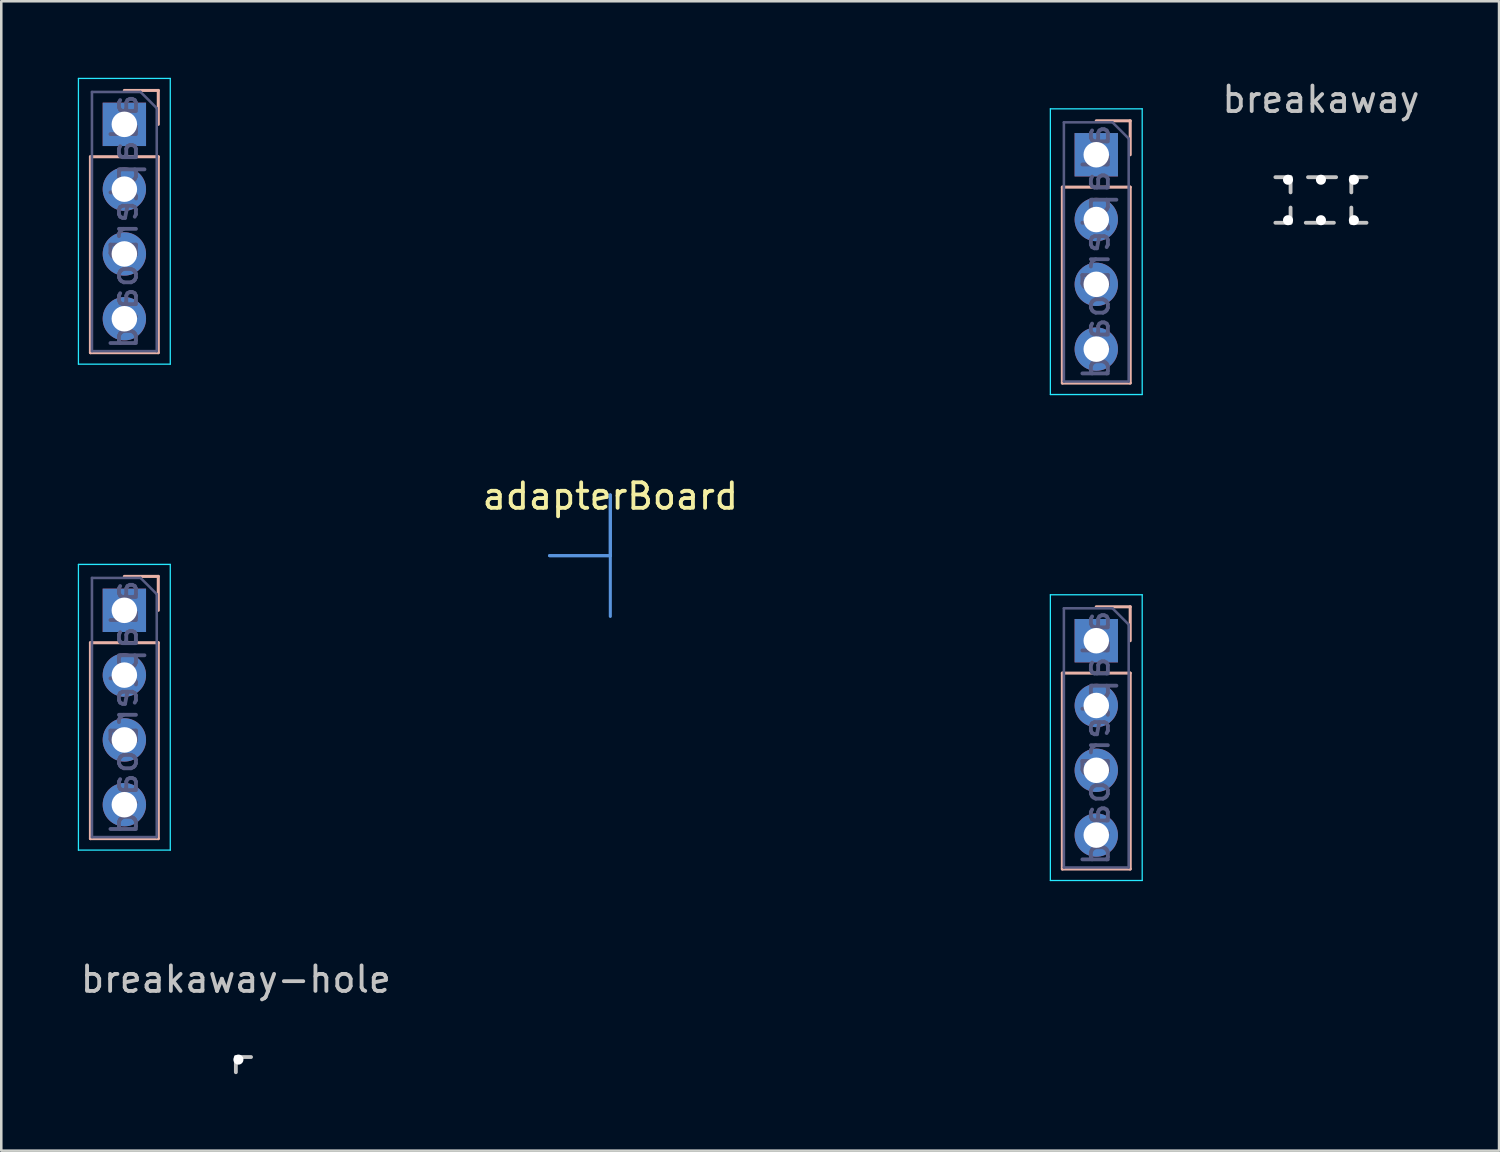
<source format=kicad_pcb>
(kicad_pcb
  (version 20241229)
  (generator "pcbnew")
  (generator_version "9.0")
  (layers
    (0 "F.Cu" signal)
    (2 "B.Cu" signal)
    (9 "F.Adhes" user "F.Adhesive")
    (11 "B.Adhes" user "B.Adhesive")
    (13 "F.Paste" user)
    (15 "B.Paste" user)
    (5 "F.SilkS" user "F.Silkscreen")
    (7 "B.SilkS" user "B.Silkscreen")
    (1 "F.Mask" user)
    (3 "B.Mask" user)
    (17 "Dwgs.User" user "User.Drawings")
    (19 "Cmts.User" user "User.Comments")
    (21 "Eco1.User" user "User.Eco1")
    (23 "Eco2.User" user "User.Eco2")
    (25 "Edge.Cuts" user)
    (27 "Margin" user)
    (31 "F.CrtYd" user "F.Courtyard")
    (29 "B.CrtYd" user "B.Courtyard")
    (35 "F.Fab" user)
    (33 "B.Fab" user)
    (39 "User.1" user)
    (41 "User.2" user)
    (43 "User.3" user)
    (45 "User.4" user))
  (footprint "breakaway"
    (layer "F.Cu")
    (at 48.732 3.896)
    (property "Reference" "breakaway" (at 0 -3.048 0) (layer "Dwgs.User") (effects (font (size 1 1) (thickness 0.15))))
    (attr through_hole)
    (fp_line (start -1.786 0) (end -1.191 0) (stroke (width 0.15) (type solid)) (layer "Dwgs.User"))
    (fp_line (start -1.191 0) (end -1.191 0.595) (stroke (width 0.15) (type solid)) (layer "Dwgs.User"))
    (fp_line (start -1.191 1.191) (end -1.191 1.786) (stroke (width 0.15) (type solid)) (layer "Dwgs.User"))
    (fp_line (start -1.191 1.786) (end -1.786 1.786) (stroke (width 0.15) (type solid)) (layer "Dwgs.User"))
    (fp_line (start -0.508 0) (end 0 0) (stroke (width 0.15) (type solid)) (layer "Dwgs.User"))
    (fp_line (start 0 0) (end 0.595 0) (stroke (width 0.15) (type solid)) (layer "Dwgs.User"))
    (fp_line (start 0 1.786) (end -0.595 1.786) (stroke (width 0.15) (type solid)) (layer "Dwgs.User"))
    (fp_line (start 0.508 1.786) (end 0 1.786) (stroke (width 0.15) (type solid)) (layer "Dwgs.User"))
    (fp_line (start 1.191 0) (end 1.786 0) (stroke (width 0.15) (type solid)) (layer "Dwgs.User"))
    (fp_line (start 1.191 0.595) (end 1.191 0) (stroke (width 0.15) (type solid)) (layer "Dwgs.User"))
    (fp_line (start 1.191 1.786) (end 1.191 1.191) (stroke (width 0.15) (type solid)) (layer "Dwgs.User"))
    (fp_line (start 1.786 1.786) (end 1.191 1.786) (stroke (width 0.15) (type solid)) (layer "Dwgs.User"))
    (pad "" np_thru_hole circle (at -1.291 0.1 270) (size 0.394 0.394) (drill 0.394) (layers "*.Cu" "*.Mask"))
    (pad "" np_thru_hole circle (at -1.291 1.686 180) (size 0.394 0.394) (drill 0.394) (layers "*.Cu" "*.Mask"))
    (pad "" np_thru_hole circle (at 0 0.1) (size 0.394 0.394) (drill 0.394) (layers "*.Cu" "*.Mask"))
    (pad "" np_thru_hole circle (at 0 1.686 180) (size 0.394 0.394) (drill 0.394) (layers "*.Cu" "*.Mask"))
    (pad "" np_thru_hole circle (at 1.291 0.1) (size 0.394 0.394) (drill 0.394) (layers "*.Cu" "*.Mask"))
    (pad "" np_thru_hole circle (at 1.291 1.686 90) (size 0.394 0.394) (drill 0.394) (layers "*.Cu" "*.Mask")))
  (footprint "adapterBoard"
    (layer "F.Cu")
    (at 20.875 18.732)
    (property "Reference" "adapterBoard" (at 0 -2.33 0) (layer "F.SilkS") (effects (font (size 1 1) (thickness 0.15))))
    (attr through_hole)
    (fp_line (start -20.38 -15.637) (end -20.38 -7.957) (stroke (width 0.12) (type solid)) (layer "B.SilkS"))
    (fp_line (start -20.38 3.413) (end -20.38 11.093) (stroke (width 0.12) (type solid)) (layer "B.SilkS"))
    (fp_line (start -17.72 -18.237) (end -19.05 -18.237) (stroke (width 0.12) (type solid)) (layer "B.SilkS"))
    (fp_line (start -17.72 -16.907) (end -17.72 -18.237) (stroke (width 0.12) (type solid)) (layer "B.SilkS"))
    (fp_line (start -17.72 -15.637) (end -20.38 -15.637) (stroke (width 0.12) (type solid)) (layer "B.SilkS"))
    (fp_line (start -17.72 -15.637) (end -17.72 -7.957) (stroke (width 0.12) (type solid)) (layer "B.SilkS"))
    (fp_line (start -17.72 -7.957) (end -20.38 -7.957) (stroke (width 0.12) (type solid)) (layer "B.SilkS"))
    (fp_line (start -17.72 0.813) (end -19.05 0.813) (stroke (width 0.12) (type solid)) (layer "B.SilkS"))
    (fp_line (start -17.72 2.143) (end -17.72 0.813) (stroke (width 0.12) (type solid)) (layer "B.SilkS"))
    (fp_line (start -17.72 3.413) (end -20.38 3.413) (stroke (width 0.12) (type solid)) (layer "B.SilkS"))
    (fp_line (start -17.72 3.413) (end -17.72 11.093) (stroke (width 0.12) (type solid)) (layer "B.SilkS"))
    (fp_line (start -17.72 11.093) (end -20.38 11.093) (stroke (width 0.12) (type solid)) (layer "B.SilkS"))
    (fp_line (start 17.72 -14.446) (end 17.72 -6.766) (stroke (width 0.12) (type solid)) (layer "B.SilkS"))
    (fp_line (start 17.72 4.604) (end 17.72 12.284) (stroke (width 0.12) (type solid)) (layer "B.SilkS"))
    (fp_line (start 20.38 -17.046) (end 19.05 -17.046) (stroke (width 0.12) (type solid)) (layer "B.SilkS"))
    (fp_line (start 20.38 -15.716) (end 20.38 -17.046) (stroke (width 0.12) (type solid)) (layer "B.SilkS"))
    (fp_line (start 20.38 -14.446) (end 17.72 -14.446) (stroke (width 0.12) (type solid)) (layer "B.SilkS"))
    (fp_line (start 20.38 -14.446) (end 20.38 -6.766) (stroke (width 0.12) (type solid)) (layer "B.SilkS"))
    (fp_line (start 20.38 -6.766) (end 17.72 -6.766) (stroke (width 0.12) (type solid)) (layer "B.SilkS"))
    (fp_line (start 20.38 2.004) (end 19.05 2.004) (stroke (width 0.12) (type solid)) (layer "B.SilkS"))
    (fp_line (start 20.38 3.334) (end 20.38 2.004) (stroke (width 0.12) (type solid)) (layer "B.SilkS"))
    (fp_line (start 20.38 4.604) (end 17.72 4.604) (stroke (width 0.12) (type solid)) (layer "B.SilkS"))
    (fp_line (start 20.38 4.604) (end 20.38 12.284) (stroke (width 0.12) (type solid)) (layer "B.SilkS"))
    (fp_line (start 20.38 12.284) (end 17.72 12.284) (stroke (width 0.12) (type solid)) (layer "B.SilkS"))
    (fp_line (start -2.381 0) (end 0 0) (stroke (width 0.12) (type solid)) (layer "Cmts.User"))
    (fp_line (start 0 -2.381) (end 0 0) (stroke (width 0.12) (type solid)) (layer "Cmts.User"))
    (fp_line (start 0 0) (end -2.381 0) (stroke (width 0.12) (type solid)) (layer "Cmts.User"))
    (fp_line (start 0 0) (end 0 -2.381) (stroke (width 0.12) (type solid)) (layer "Cmts.User"))
    (fp_line (start 0 0) (end 0 2.381) (stroke (width 0.12) (type solid)) (layer "Cmts.User"))
    (fp_line (start -20.85 -18.707) (end -17.25 -18.707) (stroke (width 0.05) (type solid)) (layer "B.CrtYd"))
    (fp_line (start -20.85 -7.507) (end -20.85 -18.707) (stroke (width 0.05) (type solid)) (layer "B.CrtYd"))
    (fp_line (start -20.85 0.343) (end -17.25 0.343) (stroke (width 0.05) (type solid)) (layer "B.CrtYd"))
    (fp_line (start -20.85 11.543) (end -20.85 0.343) (stroke (width 0.05) (type solid)) (layer "B.CrtYd"))
    (fp_line (start -17.25 -18.707) (end -17.25 -7.507) (stroke (width 0.05) (type solid)) (layer "B.CrtYd"))
    (fp_line (start -17.25 -7.507) (end -20.85 -7.507) (stroke (width 0.05) (type solid)) (layer "B.CrtYd"))
    (fp_line (start -17.25 0.343) (end -17.25 11.543) (stroke (width 0.05) (type solid)) (layer "B.CrtYd"))
    (fp_line (start -17.25 11.543) (end -20.85 11.543) (stroke (width 0.05) (type solid)) (layer "B.CrtYd"))
    (fp_line (start 17.25 -17.516) (end 20.85 -17.516) (stroke (width 0.05) (type solid)) (layer "B.CrtYd"))
    (fp_line (start 17.25 -6.316) (end 17.25 -17.516) (stroke (width 0.05) (type solid)) (layer "B.CrtYd"))
    (fp_line (start 17.25 1.534) (end 20.85 1.534) (stroke (width 0.05) (type solid)) (layer "B.CrtYd"))
    (fp_line (start 17.25 12.734) (end 17.25 1.534) (stroke (width 0.05) (type solid)) (layer "B.CrtYd"))
    (fp_line (start 20.85 -17.516) (end 20.85 -6.316) (stroke (width 0.05) (type solid)) (layer "B.CrtYd"))
    (fp_line (start 20.85 -6.316) (end 17.25 -6.316) (stroke (width 0.05) (type solid)) (layer "B.CrtYd"))
    (fp_line (start 20.85 1.534) (end 20.85 12.734) (stroke (width 0.05) (type solid)) (layer "B.CrtYd"))
    (fp_line (start 20.85 12.734) (end 17.25 12.734) (stroke (width 0.05) (type solid)) (layer "B.CrtYd"))
    (fp_line (start -20.32 -18.177) (end -20.32 -8.017) (stroke (width 0.1) (type solid)) (layer "B.Fab"))
    (fp_line (start -20.32 -8.017) (end -17.78 -8.017) (stroke (width 0.1) (type solid)) (layer "B.Fab"))
    (fp_line (start -20.32 0.873) (end -20.32 11.033) (stroke (width 0.1) (type solid)) (layer "B.Fab"))
    (fp_line (start -20.32 11.033) (end -17.78 11.033) (stroke (width 0.1) (type solid)) (layer "B.Fab"))
    (fp_line (start -18.415 -18.177) (end -20.32 -18.177) (stroke (width 0.1) (type solid)) (layer "B.Fab"))
    (fp_line (start -18.415 0.873) (end -20.32 0.873) (stroke (width 0.1) (type solid)) (layer "B.Fab"))
    (fp_line (start -17.78 -17.542) (end -18.415 -18.177) (stroke (width 0.1) (type solid)) (layer "B.Fab"))
    (fp_line (start -17.78 -8.017) (end -17.78 -17.542) (stroke (width 0.1) (type solid)) (layer "B.Fab"))
    (fp_line (start -17.78 1.508) (end -18.415 0.873) (stroke (width 0.1) (type solid)) (layer "B.Fab"))
    (fp_line (start -17.78 11.033) (end -17.78 1.508) (stroke (width 0.1) (type solid)) (layer "B.Fab"))
    (fp_line (start 17.78 -16.986) (end 17.78 -6.826) (stroke (width 0.1) (type solid)) (layer "B.Fab"))
    (fp_line (start 17.78 -6.826) (end 20.32 -6.826) (stroke (width 0.1) (type solid)) (layer "B.Fab"))
    (fp_line (start 17.78 2.064) (end 17.78 12.224) (stroke (width 0.1) (type solid)) (layer "B.Fab"))
    (fp_line (start 17.78 12.224) (end 20.32 12.224) (stroke (width 0.1) (type solid)) (layer "B.Fab"))
    (fp_line (start 19.685 -16.986) (end 17.78 -16.986) (stroke (width 0.1) (type solid)) (layer "B.Fab"))
    (fp_line (start 19.685 2.064) (end 17.78 2.064) (stroke (width 0.1) (type solid)) (layer "B.Fab"))
    (fp_line (start 20.32 -16.351) (end 19.685 -16.986) (stroke (width 0.1) (type solid)) (layer "B.Fab"))
    (fp_line (start 20.32 -6.826) (end 20.32 -16.351) (stroke (width 0.1) (type solid)) (layer "B.Fab"))
    (fp_line (start 20.32 2.699) (end 19.685 2.064) (stroke (width 0.1) (type solid)) (layer "B.Fab"))
    (fp_line (start 20.32 12.224) (end 20.32 2.699) (stroke (width 0.1) (type solid)) (layer "B.Fab"))
    (fp_text user "${REFERENCE}" (at 19.05 7.144 270) (layer "B.Fab") (effects (font (size 1 1) (thickness 0.15)) (justify mirror)))
    (fp_text user "${REFERENCE}" (at -19.05 5.953 270) (layer "B.Fab") (effects (font (size 1 1) (thickness 0.15)) (justify mirror)))
    (fp_text user "${REFERENCE}" (at 19.05 -11.906 270) (layer "B.Fab") (effects (font (size 1 1) (thickness 0.15)) (justify mirror)))
    (fp_text user "${REFERENCE}" (at -19.05 -13.097 270) (layer "B.Fab") (effects (font (size 1 1) (thickness 0.15)) (justify mirror)))
    (pad "1" thru_hole rect (at -19.05 2.143) (size 1.7 1.7) (drill 1) (layers "*.Cu" "*.Mask"))
    (pad "2" thru_hole oval (at -19.05 4.683) (size 1.7 1.7) (drill 1) (layers "*.Cu" "*.Mask"))
    (pad "3" thru_hole oval (at -19.05 7.223) (size 1.7 1.7) (drill 1) (layers "*.Cu" "*.Mask"))
    (pad "4" thru_hole oval (at -19.05 9.763) (size 1.7 1.7) (drill 1) (layers "*.Cu" "*.Mask"))
    (pad "5" thru_hole rect (at 19.05 3.334) (size 1.7 1.7) (drill 1) (layers "*.Cu" "*.Mask"))
    (pad "6" thru_hole oval (at 19.05 5.874) (size 1.7 1.7) (drill 1) (layers "*.Cu" "*.Mask"))
    (pad "7" thru_hole oval (at 19.05 8.414) (size 1.7 1.7) (drill 1) (layers "*.Cu" "*.Mask"))
    (pad "8" thru_hole oval (at 19.05 10.954) (size 1.7 1.7) (drill 1) (layers "*.Cu" "*.Mask"))
    (pad "9" thru_hole rect (at -19.05 -16.907) (size 1.7 1.7) (drill 1) (layers "*.Cu" "*.Mask"))
    (pad "10" thru_hole oval (at -19.05 -14.367) (size 1.7 1.7) (drill 1) (layers "*.Cu" "*.Mask"))
    (pad "11" thru_hole oval (at -19.05 -11.827) (size 1.7 1.7) (drill 1) (layers "*.Cu" "*.Mask"))
    (pad "12" thru_hole oval (at -19.05 -9.287) (size 1.7 1.7) (drill 1) (layers "*.Cu" "*.Mask"))
    (pad "13" thru_hole rect (at 19.05 -15.716) (size 1.7 1.7) (drill 1) (layers "*.Cu" "*.Mask"))
    (pad "14" thru_hole oval (at 19.05 -13.176) (size 1.7 1.7) (drill 1) (layers "*.Cu" "*.Mask"))
    (pad "15" thru_hole oval (at 19.05 -10.636) (size 1.7 1.7) (drill 1) (layers "*.Cu" "*.Mask"))
    (pad "16" thru_hole oval (at 19.05 -8.096) (size 1.7 1.7) (drill 1) (layers "*.Cu" "*.Mask")))
  (footprint "breakaway-hole"
    (layer "F.Cu")
    (at 6.196 38.387)
    (property "Reference" "breakaway-hole" (at 0 -3.048 0) (layer "Dwgs.User") (effects (font (size 1 1) (thickness 0.15))))
    (attr through_hole)
    (fp_line (start 0 0) (end 0.595 0) (stroke (width 0.15) (type solid)) (layer "Dwgs.User"))
    (fp_line (start 0 0.595) (end 0 0) (stroke (width 0.15) (type solid)) (layer "Dwgs.User"))
    (pad "" np_thru_hole circle (at 0.1 0.1) (size 0.394 0.394) (drill 0.394) (layers "*.Cu" "*.Mask")))
  (gr_rect
    (start -3 -3)
    (end 55.714 42.057)
    (stroke (width 0.1) (type default))
    (fill no)
    (layer "Edge.Cuts")))
</source>
